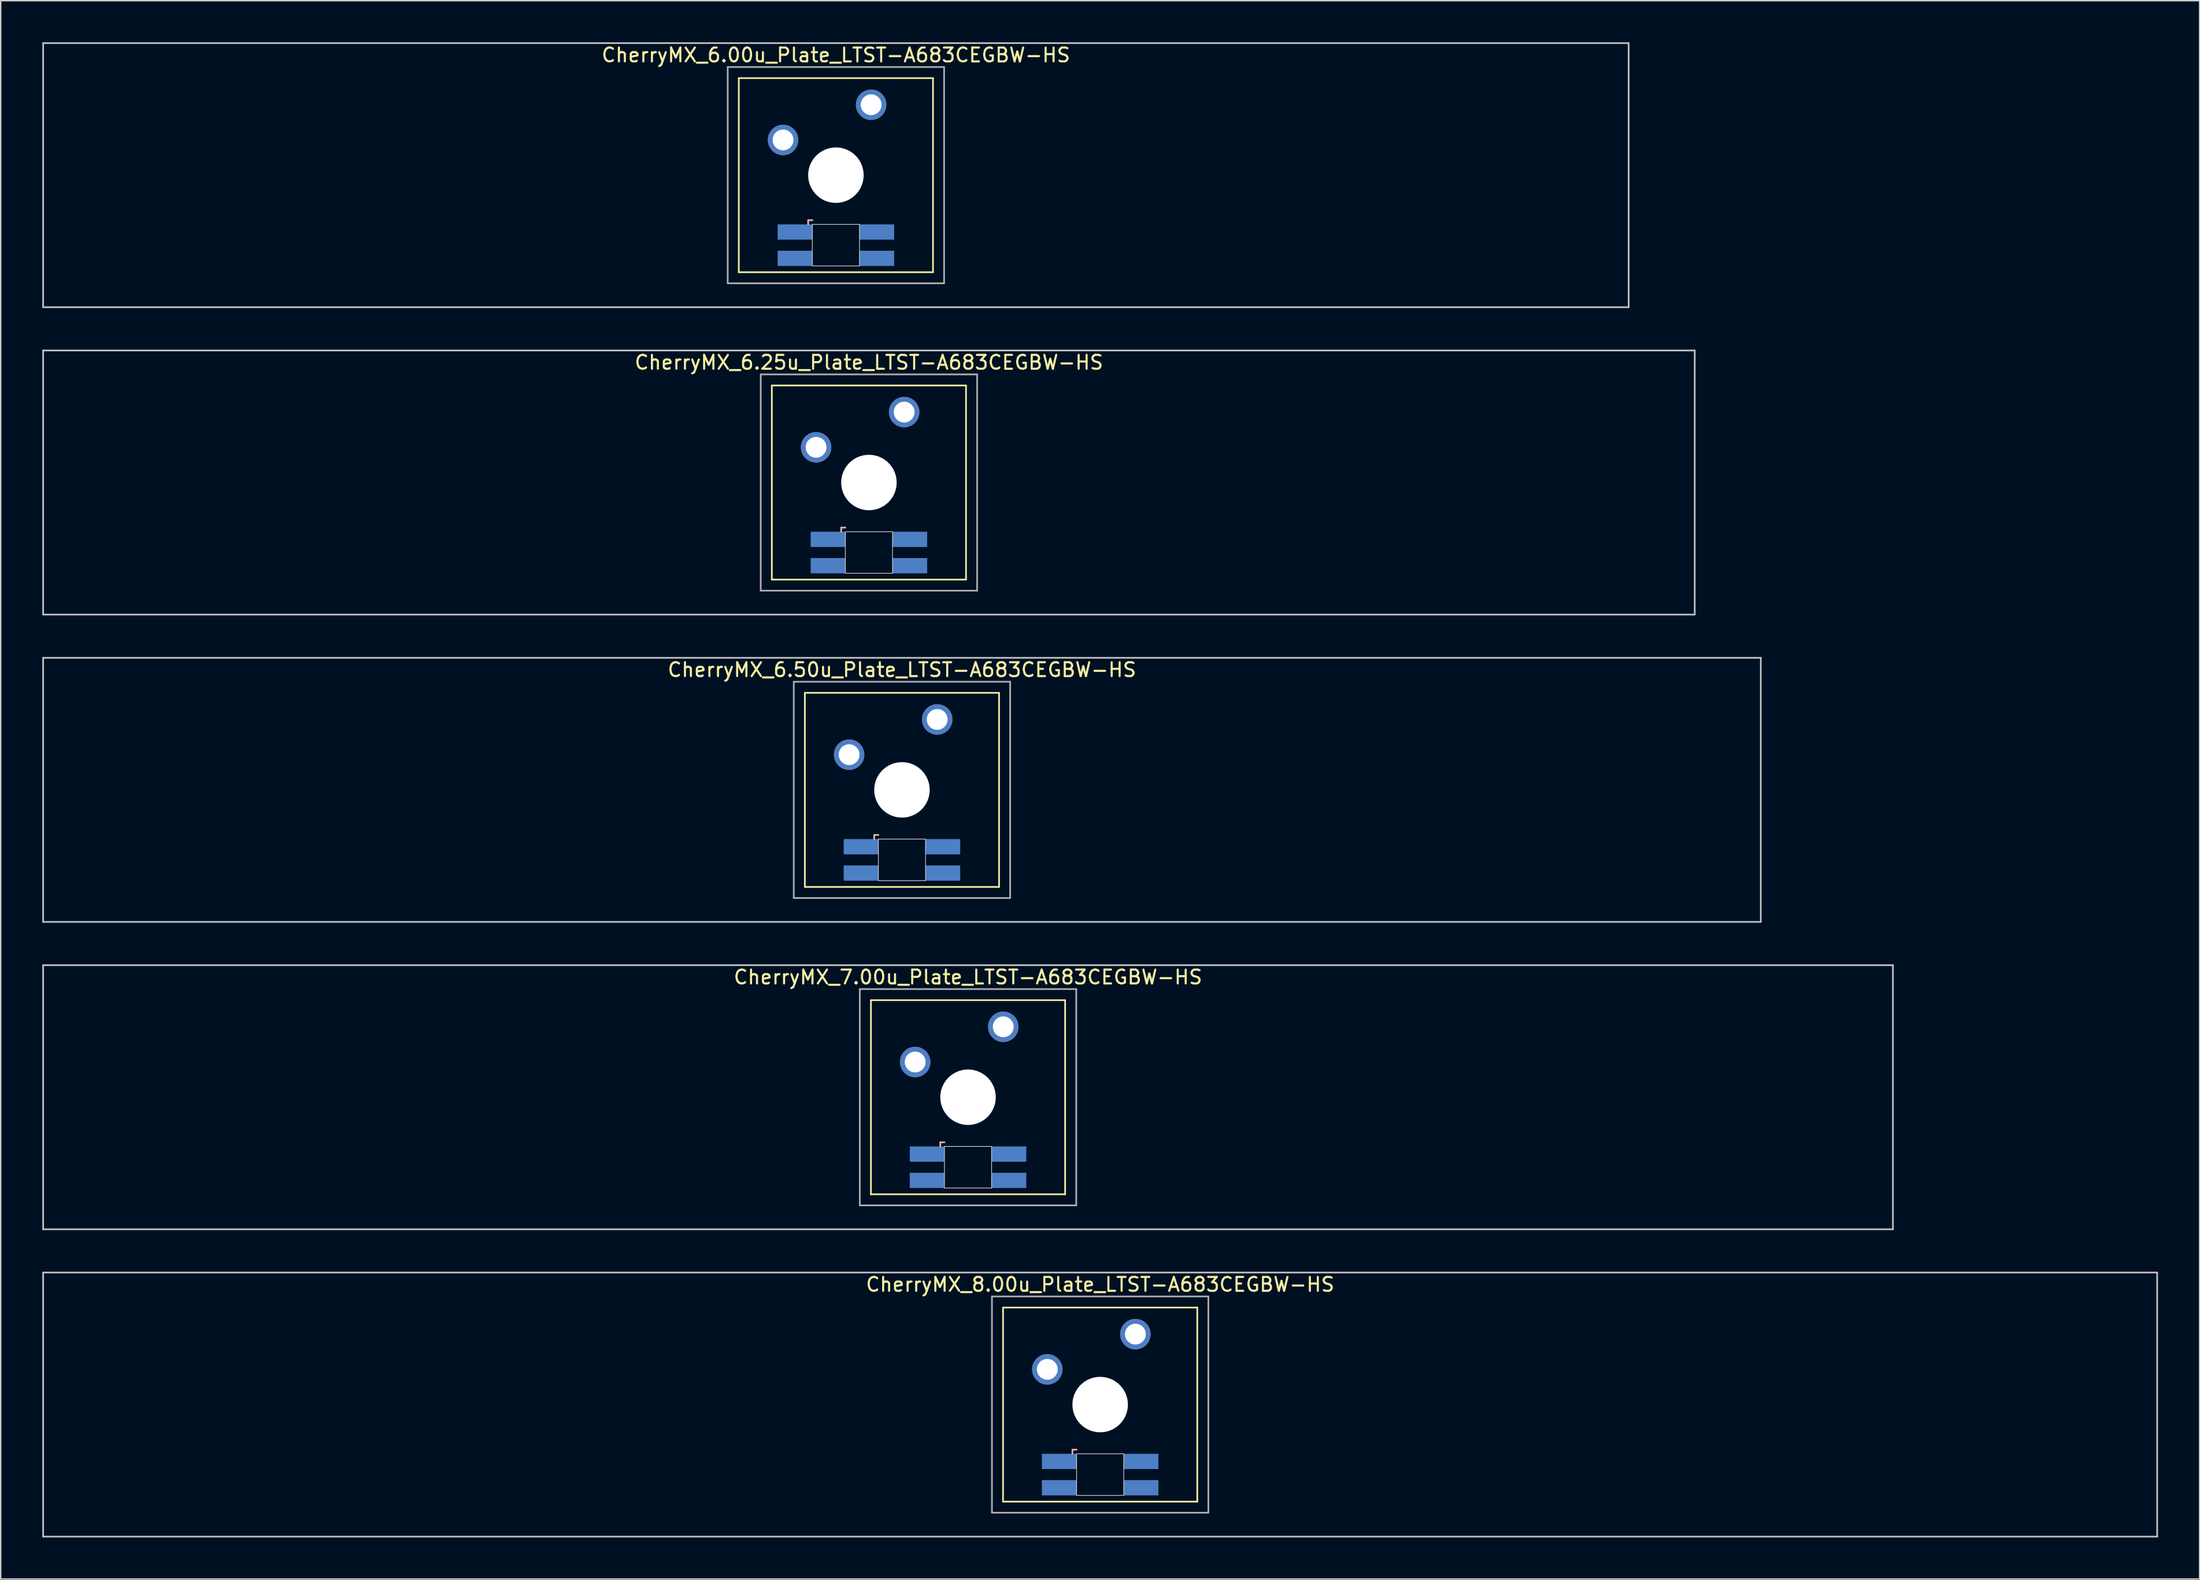
<source format=kicad_pcb>
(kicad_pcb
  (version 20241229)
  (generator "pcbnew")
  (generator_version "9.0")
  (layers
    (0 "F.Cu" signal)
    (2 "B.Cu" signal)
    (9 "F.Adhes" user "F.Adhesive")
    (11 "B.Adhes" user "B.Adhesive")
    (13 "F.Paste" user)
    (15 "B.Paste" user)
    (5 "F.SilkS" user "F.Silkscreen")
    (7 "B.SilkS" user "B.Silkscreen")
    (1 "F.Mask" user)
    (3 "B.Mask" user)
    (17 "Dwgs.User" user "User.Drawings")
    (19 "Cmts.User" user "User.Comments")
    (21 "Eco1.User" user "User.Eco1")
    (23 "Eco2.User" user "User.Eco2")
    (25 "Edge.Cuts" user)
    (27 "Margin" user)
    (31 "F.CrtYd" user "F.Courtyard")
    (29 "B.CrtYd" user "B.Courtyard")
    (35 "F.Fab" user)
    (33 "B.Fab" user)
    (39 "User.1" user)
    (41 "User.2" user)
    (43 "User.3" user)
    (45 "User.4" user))
  (footprint "CherryMX_8.00u_Plate_LTST-A683CEGBW-HS"
    (layer "F.Cu")
    (at 76.26 98.265)
    (property "Reference" "CherryMX_8.00u_Plate_LTST-A683CEGBW-HS" (at 0 -8.662 0) (layer "F.SilkS") (effects (font (size 1 1) (thickness 0.15))))
    (attr through_hole)
    (fp_line (start -7 -7) (end -7 7) (stroke (width 0.12) (type solid)) (layer "F.SilkS"))
    (fp_line (start -7 -7) (end 7 -7) (stroke (width 0.12) (type solid)) (layer "F.SilkS"))
    (fp_line (start 7 -7) (end 7 7) (stroke (width 0.12) (type solid)) (layer "F.SilkS"))
    (fp_line (start 7 7) (end -7 7) (stroke (width 0.12) (type solid)) (layer "F.SilkS"))
    (fp_line (start -2 3.25) (end -2 3.55) (stroke (width 0.12) (type solid)) (layer "B.SilkS"))
    (fp_line (start -1.7 3.25) (end -2 3.25) (stroke (width 0.12) (type solid)) (layer "B.SilkS"))
    (fp_line (start -76.2 -9.525) (end 76.2 -9.525) (stroke (width 0.12) (type solid)) (layer "Dwgs.User"))
    (fp_line (start -76.2 9.525) (end -76.2 -9.525) (stroke (width 0.12) (type solid)) (layer "Dwgs.User"))
    (fp_line (start 76.2 -9.525) (end 76.2 9.525) (stroke (width 0.12) (type solid)) (layer "Dwgs.User"))
    (fp_line (start 76.2 9.525) (end -76.2 9.525) (stroke (width 0.12) (type solid)) (layer "Dwgs.User"))
    (fp_line (start -1.7 3.55) (end 1.7 3.55) (stroke (width 0.05) (type solid)) (layer "Edge.Cuts"))
    (fp_line (start -1.7 6.55) (end -1.7 3.55) (stroke (width 0.05) (type solid)) (layer "Edge.Cuts"))
    (fp_line (start 1.7 3.55) (end 1.7 6.55) (stroke (width 0.05) (type solid)) (layer "Edge.Cuts"))
    (fp_line (start 1.7 6.55) (end -1.7 6.55) (stroke (width 0.05) (type solid)) (layer "Edge.Cuts"))
    (fp_line (start -7.8 -7.8) (end -7.8 7.8) (stroke (width 0.12) (type solid)) (layer "F.Fab"))
    (fp_line (start -7.8 -7.8) (end 7.8 -7.8) (stroke (width 0.12) (type solid)) (layer "F.Fab"))
    (fp_line (start -7.8 7.8) (end 7.8 7.8) (stroke (width 0.12) (type solid)) (layer "F.Fab"))
    (fp_line (start 7.8 -7.8) (end 7.8 7.8) (stroke (width 0.12) (type solid)) (layer "F.Fab"))
    (pad "" np_thru_hole circle (at 0 0) (size 4 4) (drill 4) (layers "*.Cu" "*.Mask"))
    (pad "1" thru_hole circle (at -3.81 -2.54) (size 2.2 2.2) (drill 1.5) (layers "*.Cu" "*.Mask"))
    (pad "2" thru_hole circle (at 2.54 -5.08) (size 2.2 2.2) (drill 1.5) (layers "*.Cu" "*.Mask"))
    (pad "3" smd rect (at -2.95 4.1) (size 2.5 1.1) (layers "B.Cu" "B.Mask" "B.Paste"))
    (pad "4" smd rect (at -2.95 6) (size 2.5 1.1) (layers "B.Cu" "B.Mask" "B.Paste"))
    (pad "5" smd rect (at 2.95 4.1) (size 2.5 1.1) (layers "B.Cu" "B.Mask" "B.Paste"))
    (pad "6" smd rect (at 2.95 6) (size 2.5 1.1) (layers "B.Cu" "B.Mask" "B.Paste")))
  (footprint "CherryMX_6.50u_Plate_LTST-A683CEGBW-HS"
    (layer "F.Cu")
    (at 61.972 53.925)
    (property "Reference" "CherryMX_6.50u_Plate_LTST-A683CEGBW-HS" (at 0 -8.662 0) (layer "F.SilkS") (effects (font (size 1 1) (thickness 0.15))))
    (attr through_hole)
    (fp_line (start -7 -7) (end -7 7) (stroke (width 0.12) (type solid)) (layer "F.SilkS"))
    (fp_line (start -7 -7) (end 7 -7) (stroke (width 0.12) (type solid)) (layer "F.SilkS"))
    (fp_line (start 7 -7) (end 7 7) (stroke (width 0.12) (type solid)) (layer "F.SilkS"))
    (fp_line (start 7 7) (end -7 7) (stroke (width 0.12) (type solid)) (layer "F.SilkS"))
    (fp_line (start -2 3.25) (end -2 3.55) (stroke (width 0.12) (type solid)) (layer "B.SilkS"))
    (fp_line (start -1.7 3.25) (end -2 3.25) (stroke (width 0.12) (type solid)) (layer "B.SilkS"))
    (fp_line (start -61.913 -9.525) (end 61.913 -9.525) (stroke (width 0.12) (type solid)) (layer "Dwgs.User"))
    (fp_line (start -61.913 9.525) (end -61.913 -9.525) (stroke (width 0.12) (type solid)) (layer "Dwgs.User"))
    (fp_line (start 61.913 -9.525) (end 61.913 9.525) (stroke (width 0.12) (type solid)) (layer "Dwgs.User"))
    (fp_line (start 61.913 9.525) (end -61.913 9.525) (stroke (width 0.12) (type solid)) (layer "Dwgs.User"))
    (fp_line (start -1.7 3.55) (end 1.7 3.55) (stroke (width 0.05) (type solid)) (layer "Edge.Cuts"))
    (fp_line (start -1.7 6.55) (end -1.7 3.55) (stroke (width 0.05) (type solid)) (layer "Edge.Cuts"))
    (fp_line (start 1.7 3.55) (end 1.7 6.55) (stroke (width 0.05) (type solid)) (layer "Edge.Cuts"))
    (fp_line (start 1.7 6.55) (end -1.7 6.55) (stroke (width 0.05) (type solid)) (layer "Edge.Cuts"))
    (fp_line (start -7.8 -7.8) (end -7.8 7.8) (stroke (width 0.12) (type solid)) (layer "F.Fab"))
    (fp_line (start -7.8 -7.8) (end 7.8 -7.8) (stroke (width 0.12) (type solid)) (layer "F.Fab"))
    (fp_line (start -7.8 7.8) (end 7.8 7.8) (stroke (width 0.12) (type solid)) (layer "F.Fab"))
    (fp_line (start 7.8 -7.8) (end 7.8 7.8) (stroke (width 0.12) (type solid)) (layer "F.Fab"))
    (pad "" np_thru_hole circle (at 0 0) (size 4 4) (drill 4) (layers "*.Cu" "*.Mask"))
    (pad "1" thru_hole circle (at -3.81 -2.54) (size 2.2 2.2) (drill 1.5) (layers "*.Cu" "*.Mask"))
    (pad "2" thru_hole circle (at 2.54 -5.08) (size 2.2 2.2) (drill 1.5) (layers "*.Cu" "*.Mask"))
    (pad "3" smd rect (at -2.95 4.1) (size 2.5 1.1) (layers "B.Cu" "B.Mask" "B.Paste"))
    (pad "4" smd rect (at -2.95 6) (size 2.5 1.1) (layers "B.Cu" "B.Mask" "B.Paste"))
    (pad "5" smd rect (at 2.95 4.1) (size 2.5 1.1) (layers "B.Cu" "B.Mask" "B.Paste"))
    (pad "6" smd rect (at 2.95 6) (size 2.5 1.1) (layers "B.Cu" "B.Mask" "B.Paste")))
  (footprint "CherryMX_7.00u_Plate_LTST-A683CEGBW-HS"
    (layer "F.Cu")
    (at 66.735 76.095)
    (property "Reference" "CherryMX_7.00u_Plate_LTST-A683CEGBW-HS" (at 0 -8.662 0) (layer "F.SilkS") (effects (font (size 1 1) (thickness 0.15))))
    (attr through_hole)
    (fp_line (start -7 -7) (end -7 7) (stroke (width 0.12) (type solid)) (layer "F.SilkS"))
    (fp_line (start -7 -7) (end 7 -7) (stroke (width 0.12) (type solid)) (layer "F.SilkS"))
    (fp_line (start 7 -7) (end 7 7) (stroke (width 0.12) (type solid)) (layer "F.SilkS"))
    (fp_line (start 7 7) (end -7 7) (stroke (width 0.12) (type solid)) (layer "F.SilkS"))
    (fp_line (start -2 3.25) (end -2 3.55) (stroke (width 0.12) (type solid)) (layer "B.SilkS"))
    (fp_line (start -1.7 3.25) (end -2 3.25) (stroke (width 0.12) (type solid)) (layer "B.SilkS"))
    (fp_line (start -66.675 -9.525) (end 66.675 -9.525) (stroke (width 0.12) (type solid)) (layer "Dwgs.User"))
    (fp_line (start -66.675 9.525) (end -66.675 -9.525) (stroke (width 0.12) (type solid)) (layer "Dwgs.User"))
    (fp_line (start 66.675 -9.525) (end 66.675 9.525) (stroke (width 0.12) (type solid)) (layer "Dwgs.User"))
    (fp_line (start 66.675 9.525) (end -66.675 9.525) (stroke (width 0.12) (type solid)) (layer "Dwgs.User"))
    (fp_line (start -1.7 3.55) (end 1.7 3.55) (stroke (width 0.05) (type solid)) (layer "Edge.Cuts"))
    (fp_line (start -1.7 6.55) (end -1.7 3.55) (stroke (width 0.05) (type solid)) (layer "Edge.Cuts"))
    (fp_line (start 1.7 3.55) (end 1.7 6.55) (stroke (width 0.05) (type solid)) (layer "Edge.Cuts"))
    (fp_line (start 1.7 6.55) (end -1.7 6.55) (stroke (width 0.05) (type solid)) (layer "Edge.Cuts"))
    (fp_line (start -7.8 -7.8) (end -7.8 7.8) (stroke (width 0.12) (type solid)) (layer "F.Fab"))
    (fp_line (start -7.8 -7.8) (end 7.8 -7.8) (stroke (width 0.12) (type solid)) (layer "F.Fab"))
    (fp_line (start -7.8 7.8) (end 7.8 7.8) (stroke (width 0.12) (type solid)) (layer "F.Fab"))
    (fp_line (start 7.8 -7.8) (end 7.8 7.8) (stroke (width 0.12) (type solid)) (layer "F.Fab"))
    (pad "" np_thru_hole circle (at 0 0) (size 4 4) (drill 4) (layers "*.Cu" "*.Mask"))
    (pad "1" thru_hole circle (at -3.81 -2.54) (size 2.2 2.2) (drill 1.5) (layers "*.Cu" "*.Mask"))
    (pad "2" thru_hole circle (at 2.54 -5.08) (size 2.2 2.2) (drill 1.5) (layers "*.Cu" "*.Mask"))
    (pad "3" smd rect (at -2.95 4.1) (size 2.5 1.1) (layers "B.Cu" "B.Mask" "B.Paste"))
    (pad "4" smd rect (at -2.95 6) (size 2.5 1.1) (layers "B.Cu" "B.Mask" "B.Paste"))
    (pad "5" smd rect (at 2.95 4.1) (size 2.5 1.1) (layers "B.Cu" "B.Mask" "B.Paste"))
    (pad "6" smd rect (at 2.95 6) (size 2.5 1.1) (layers "B.Cu" "B.Mask" "B.Paste")))
  (footprint "CherryMX_6.00u_Plate_LTST-A683CEGBW-HS"
    (layer "F.Cu")
    (at 57.21 9.585)
    (property "Reference" "CherryMX_6.00u_Plate_LTST-A683CEGBW-HS" (at 0 -8.662 0) (layer "F.SilkS") (effects (font (size 1 1) (thickness 0.15))))
    (attr through_hole)
    (fp_line (start -7 -7) (end -7 7) (stroke (width 0.12) (type solid)) (layer "F.SilkS"))
    (fp_line (start -7 -7) (end 7 -7) (stroke (width 0.12) (type solid)) (layer "F.SilkS"))
    (fp_line (start 7 -7) (end 7 7) (stroke (width 0.12) (type solid)) (layer "F.SilkS"))
    (fp_line (start 7 7) (end -7 7) (stroke (width 0.12) (type solid)) (layer "F.SilkS"))
    (fp_line (start -2 3.25) (end -2 3.55) (stroke (width 0.12) (type solid)) (layer "B.SilkS"))
    (fp_line (start -1.7 3.25) (end -2 3.25) (stroke (width 0.12) (type solid)) (layer "B.SilkS"))
    (fp_line (start -57.15 -9.525) (end 57.15 -9.525) (stroke (width 0.12) (type solid)) (layer "Dwgs.User"))
    (fp_line (start -57.15 9.525) (end -57.15 -9.525) (stroke (width 0.12) (type solid)) (layer "Dwgs.User"))
    (fp_line (start 57.15 -9.525) (end 57.15 9.525) (stroke (width 0.12) (type solid)) (layer "Dwgs.User"))
    (fp_line (start 57.15 9.525) (end -57.15 9.525) (stroke (width 0.12) (type solid)) (layer "Dwgs.User"))
    (fp_line (start -1.7 3.55) (end 1.7 3.55) (stroke (width 0.05) (type solid)) (layer "Edge.Cuts"))
    (fp_line (start -1.7 6.55) (end -1.7 3.55) (stroke (width 0.05) (type solid)) (layer "Edge.Cuts"))
    (fp_line (start 1.7 3.55) (end 1.7 6.55) (stroke (width 0.05) (type solid)) (layer "Edge.Cuts"))
    (fp_line (start 1.7 6.55) (end -1.7 6.55) (stroke (width 0.05) (type solid)) (layer "Edge.Cuts"))
    (fp_line (start -7.8 -7.8) (end -7.8 7.8) (stroke (width 0.12) (type solid)) (layer "F.Fab"))
    (fp_line (start -7.8 -7.8) (end 7.8 -7.8) (stroke (width 0.12) (type solid)) (layer "F.Fab"))
    (fp_line (start -7.8 7.8) (end 7.8 7.8) (stroke (width 0.12) (type solid)) (layer "F.Fab"))
    (fp_line (start 7.8 -7.8) (end 7.8 7.8) (stroke (width 0.12) (type solid)) (layer "F.Fab"))
    (pad "" np_thru_hole circle (at 0 0) (size 4 4) (drill 4) (layers "*.Cu" "*.Mask"))
    (pad "1" thru_hole circle (at -3.81 -2.54) (size 2.2 2.2) (drill 1.5) (layers "*.Cu" "*.Mask"))
    (pad "2" thru_hole circle (at 2.54 -5.08) (size 2.2 2.2) (drill 1.5) (layers "*.Cu" "*.Mask"))
    (pad "3" smd rect (at -2.95 4.1) (size 2.5 1.1) (layers "B.Cu" "B.Mask" "B.Paste"))
    (pad "4" smd rect (at -2.95 6) (size 2.5 1.1) (layers "B.Cu" "B.Mask" "B.Paste"))
    (pad "5" smd rect (at 2.95 4.1) (size 2.5 1.1) (layers "B.Cu" "B.Mask" "B.Paste"))
    (pad "6" smd rect (at 2.95 6) (size 2.5 1.1) (layers "B.Cu" "B.Mask" "B.Paste")))
  (footprint "CherryMX_6.25u_Plate_LTST-A683CEGBW-HS"
    (layer "F.Cu")
    (at 59.591 31.755)
    (property "Reference" "CherryMX_6.25u_Plate_LTST-A683CEGBW-HS" (at 0 -8.662 0) (layer "F.SilkS") (effects (font (size 1 1) (thickness 0.15))))
    (attr through_hole)
    (fp_line (start -7 -7) (end -7 7) (stroke (width 0.12) (type solid)) (layer "F.SilkS"))
    (fp_line (start -7 -7) (end 7 -7) (stroke (width 0.12) (type solid)) (layer "F.SilkS"))
    (fp_line (start 7 -7) (end 7 7) (stroke (width 0.12) (type solid)) (layer "F.SilkS"))
    (fp_line (start 7 7) (end -7 7) (stroke (width 0.12) (type solid)) (layer "F.SilkS"))
    (fp_line (start -2 3.25) (end -2 3.55) (stroke (width 0.12) (type solid)) (layer "B.SilkS"))
    (fp_line (start -1.7 3.25) (end -2 3.25) (stroke (width 0.12) (type solid)) (layer "B.SilkS"))
    (fp_line (start -59.531 -9.525) (end 59.531 -9.525) (stroke (width 0.12) (type solid)) (layer "Dwgs.User"))
    (fp_line (start -59.531 9.525) (end -59.531 -9.525) (stroke (width 0.12) (type solid)) (layer "Dwgs.User"))
    (fp_line (start 59.531 -9.525) (end 59.531 9.525) (stroke (width 0.12) (type solid)) (layer "Dwgs.User"))
    (fp_line (start 59.531 9.525) (end -59.531 9.525) (stroke (width 0.12) (type solid)) (layer "Dwgs.User"))
    (fp_line (start -1.7 3.55) (end 1.7 3.55) (stroke (width 0.05) (type solid)) (layer "Edge.Cuts"))
    (fp_line (start -1.7 6.55) (end -1.7 3.55) (stroke (width 0.05) (type solid)) (layer "Edge.Cuts"))
    (fp_line (start 1.7 3.55) (end 1.7 6.55) (stroke (width 0.05) (type solid)) (layer "Edge.Cuts"))
    (fp_line (start 1.7 6.55) (end -1.7 6.55) (stroke (width 0.05) (type solid)) (layer "Edge.Cuts"))
    (fp_line (start -7.8 -7.8) (end -7.8 7.8) (stroke (width 0.12) (type solid)) (layer "F.Fab"))
    (fp_line (start -7.8 -7.8) (end 7.8 -7.8) (stroke (width 0.12) (type solid)) (layer "F.Fab"))
    (fp_line (start -7.8 7.8) (end 7.8 7.8) (stroke (width 0.12) (type solid)) (layer "F.Fab"))
    (fp_line (start 7.8 -7.8) (end 7.8 7.8) (stroke (width 0.12) (type solid)) (layer "F.Fab"))
    (pad "" np_thru_hole circle (at 0 0) (size 4 4) (drill 4) (layers "*.Cu" "*.Mask"))
    (pad "1" thru_hole circle (at -3.81 -2.54) (size 2.2 2.2) (drill 1.5) (layers "*.Cu" "*.Mask"))
    (pad "2" thru_hole circle (at 2.54 -5.08) (size 2.2 2.2) (drill 1.5) (layers "*.Cu" "*.Mask"))
    (pad "3" smd rect (at -2.95 4.1) (size 2.5 1.1) (layers "B.Cu" "B.Mask" "B.Paste"))
    (pad "4" smd rect (at -2.95 6) (size 2.5 1.1) (layers "B.Cu" "B.Mask" "B.Paste"))
    (pad "5" smd rect (at 2.95 4.1) (size 2.5 1.1) (layers "B.Cu" "B.Mask" "B.Paste"))
    (pad "6" smd rect (at 2.95 6) (size 2.5 1.1) (layers "B.Cu" "B.Mask" "B.Paste")))
  (gr_rect
    (start -3 -3)
    (end 155.52 110.85)
    (stroke (width 0.1) (type default))
    (fill no)
    (layer "Edge.Cuts")))
</source>
